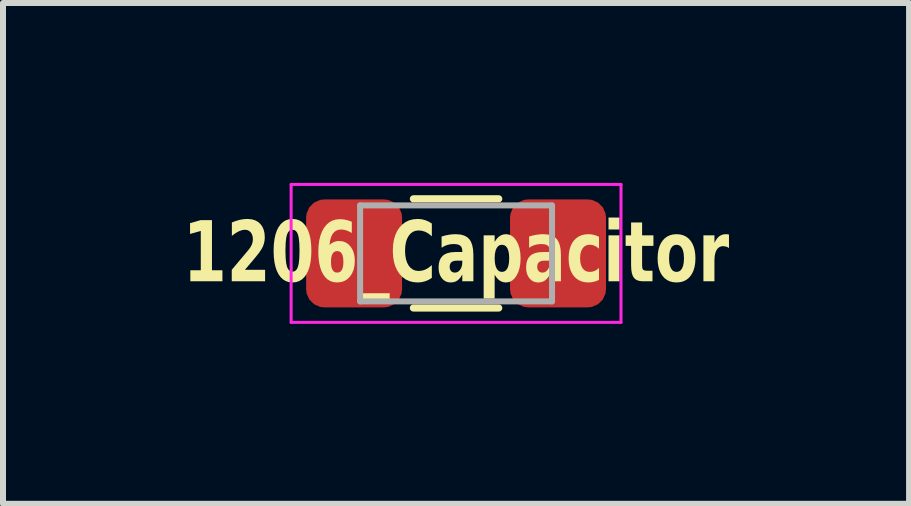
<source format=kicad_pcb>
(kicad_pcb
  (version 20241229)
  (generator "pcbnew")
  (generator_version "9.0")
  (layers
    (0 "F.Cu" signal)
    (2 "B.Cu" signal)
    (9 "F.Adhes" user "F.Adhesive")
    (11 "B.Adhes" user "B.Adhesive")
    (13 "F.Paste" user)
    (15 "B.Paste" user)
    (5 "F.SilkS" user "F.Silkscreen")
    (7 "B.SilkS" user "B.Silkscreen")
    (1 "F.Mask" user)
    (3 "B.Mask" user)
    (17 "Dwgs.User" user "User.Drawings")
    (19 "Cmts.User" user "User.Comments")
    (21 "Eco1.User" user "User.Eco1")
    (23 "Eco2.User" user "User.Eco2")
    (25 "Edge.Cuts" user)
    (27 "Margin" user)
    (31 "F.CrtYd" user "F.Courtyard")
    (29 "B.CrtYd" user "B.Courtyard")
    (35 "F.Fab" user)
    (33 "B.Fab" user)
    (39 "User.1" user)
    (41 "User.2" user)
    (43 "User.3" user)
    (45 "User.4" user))
  (footprint "1206_Capacitor"
    (layer "F.Cu")
    (at 4.554 1.175)
    (property "Reference" "1206_Capacitor" (at 0 0.05 0) (layer "F.SilkS") (effects (font (face "Arial Black") (size 1 0.75) (thickness 0.125))))
    (attr smd)
    (fp_line (start -0.711 -0.91) (end 0.711 -0.91) (stroke (width 0.12) (type solid)) (layer "F.SilkS"))
    (fp_line (start -0.711 0.91) (end 0.711 0.91) (stroke (width 0.12) (type solid)) (layer "F.SilkS"))
    (fp_line (start -2.75 -1.15) (end 2.75 -1.15) (stroke (width 0.05) (type solid)) (layer "F.CrtYd"))
    (fp_line (start -2.75 1.15) (end -2.75 -1.15) (stroke (width 0.05) (type solid)) (layer "F.CrtYd"))
    (fp_line (start 2.75 -1.15) (end 2.75 1.15) (stroke (width 0.05) (type solid)) (layer "F.CrtYd"))
    (fp_line (start 2.75 1.15) (end -2.75 1.15) (stroke (width 0.05) (type solid)) (layer "F.CrtYd"))
    (fp_line (start -1.6 -0.8) (end 1.6 -0.8) (stroke (width 0.1) (type solid)) (layer "F.Fab"))
    (fp_line (start -1.6 0.8) (end -1.6 -0.8) (stroke (width 0.1) (type solid)) (layer "F.Fab"))
    (fp_line (start 1.6 -0.8) (end 1.6 0.8) (stroke (width 0.1) (type solid)) (layer "F.Fab"))
    (fp_line (start 1.6 0.8) (end -1.6 0.8) (stroke (width 0.1) (type solid)) (layer "F.Fab"))
    (pad "1" smd roundrect (at -1.7 0) (size 1.6 1.8) (layers "F.Cu" "F.Mask") (roundrect_rratio 0.189))
    (pad "2" smd roundrect (at 1.7 0) (size 1.6 1.8) (layers "F.Cu" "F.Mask") (roundrect_rratio 0.189)))
  (gr_rect
    (start -3 -3)
    (end 12.107 5.35)
    (stroke (width 0.1) (type default))
    (fill no)
    (layer "Edge.Cuts")))
</source>
